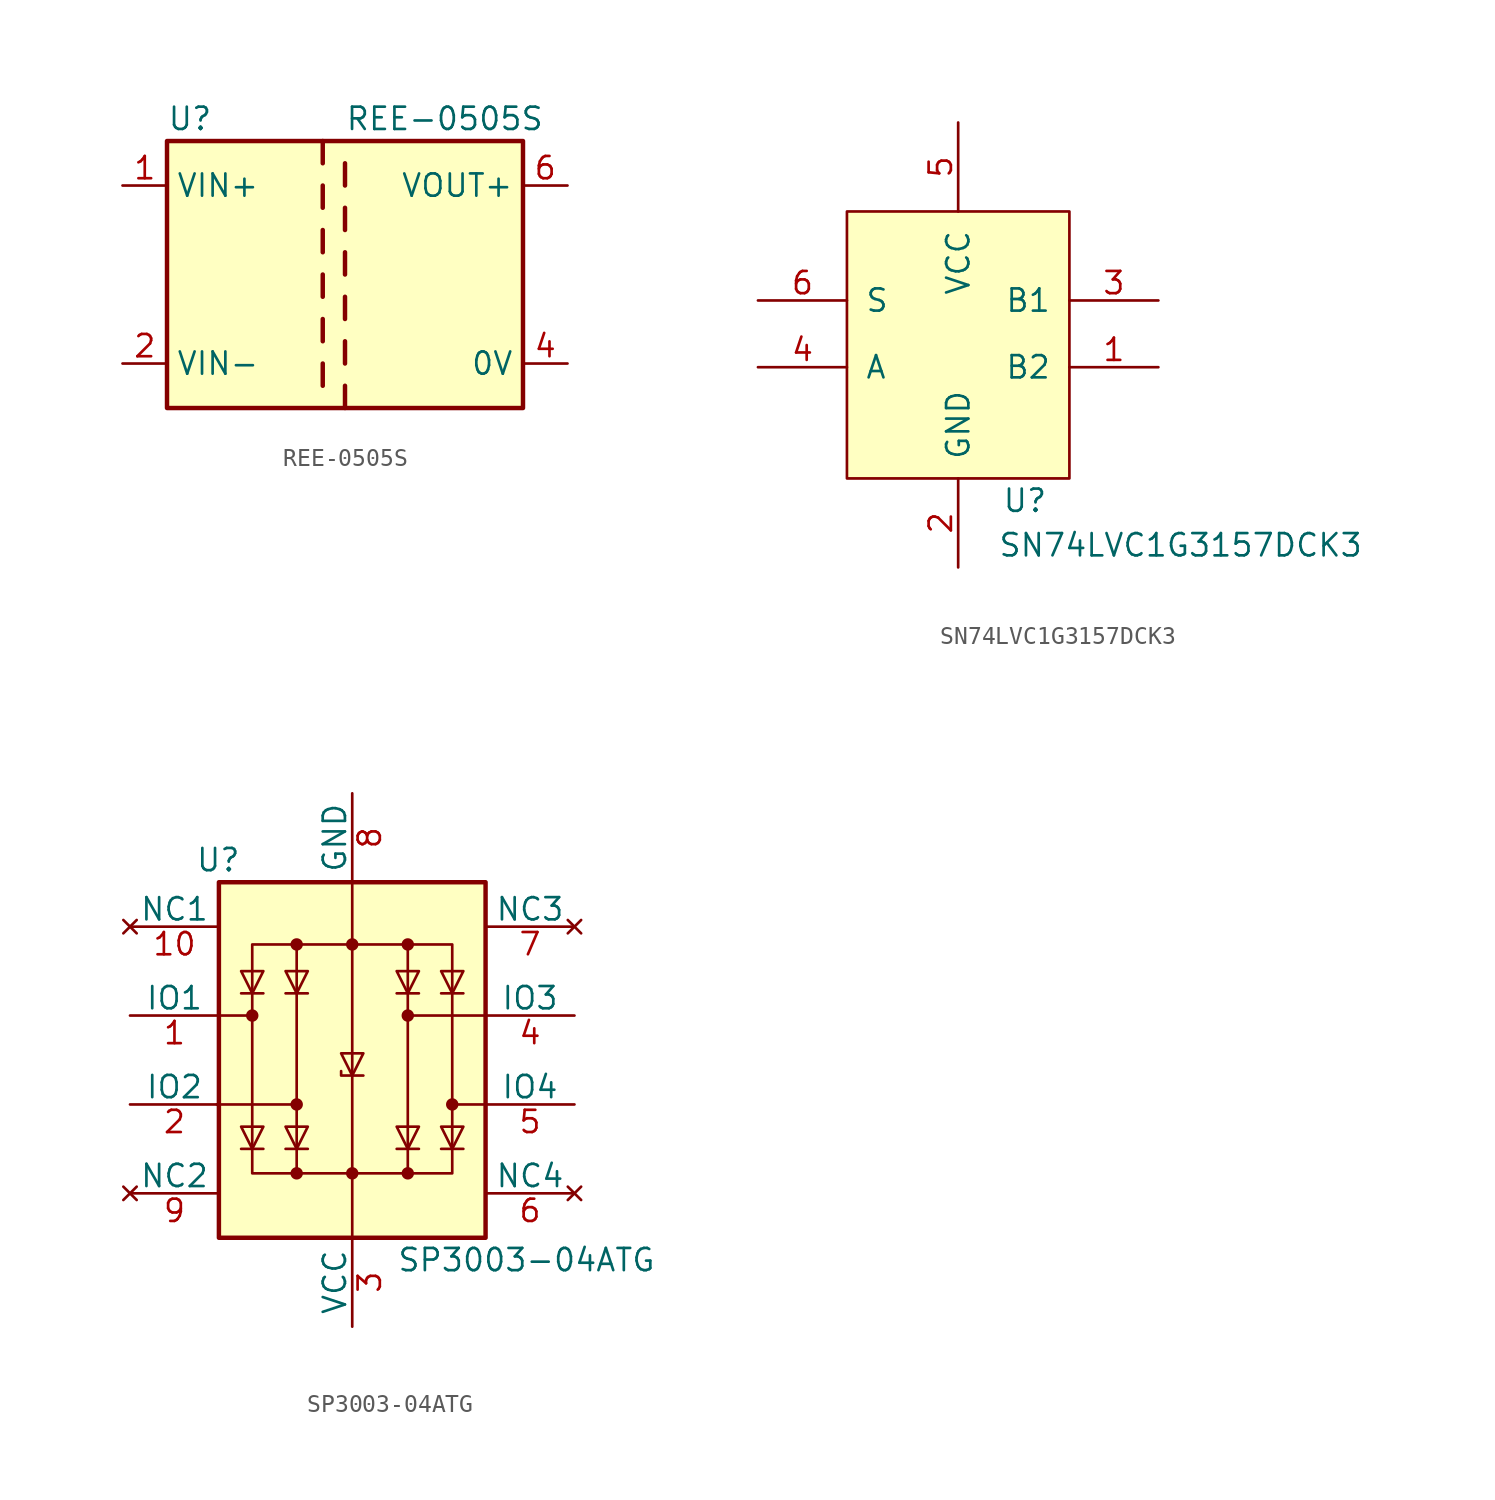
<source format=kicad_sym>
(kicad_symbol_lib
  (version 20211014)
  (generator kicad_symbol_editor)
  (symbol "REE-0505S"
    (property "Reference" "U"
      (at -10.16 8.89 0)
      (effects (font (size 1.27 1.27)) (justify left)))
    (property "Value" "REE-0505S"
      (at 0 8.89 0)
      (effects (font (size 1.27 1.27)) (justify left)))
    (symbol "REE-0505S_0_1"
      (rectangle (start -10.16 7.62) (end 10.16 -7.62) (stroke (width 0.254) (type default) (color 0 0 0 0)) (fill (type background)))
      (polyline (pts (xy -1.27 -5.08) (xy -1.27 -6.35)) (stroke (width 0.254) (type default) (color 0 0 0 0)) (fill (type none)))
      (polyline (pts (xy -1.27 -2.54) (xy -1.27 -3.81)) (stroke (width 0.254) (type default) (color 0 0 0 0)) (fill (type none)))
      (polyline (pts (xy -1.27 0) (xy -1.27 -1.27)) (stroke (width 0.254) (type default) (color 0 0 0 0)) (fill (type none)))
      (polyline (pts (xy -1.27 2.54) (xy -1.27 1.27)) (stroke (width 0.254) (type default) (color 0 0 0 0)) (fill (type none)))
      (polyline (pts (xy -1.27 5.08) (xy -1.27 3.81)) (stroke (width 0.254) (type default) (color 0 0 0 0)) (fill (type none)))
      (polyline (pts (xy -1.27 7.62) (xy -1.27 6.35)) (stroke (width 0.254) (type default) (color 0 0 0 0)) (fill (type none)))
      (polyline (pts (xy 0 -7.62) (xy 0 -6.35)) (stroke (width 0.254) (type default) (color 0 0 0 0)) (fill (type none)))
      (polyline (pts (xy 0 -5.08) (xy 0 -3.81)) (stroke (width 0.254) (type default) (color 0 0 0 0)) (fill (type none)))
      (polyline (pts (xy 0 -1.27) (xy 0 -2.54)) (stroke (width 0.254) (type default) (color 0 0 0 0)) (fill (type none)))
      (polyline (pts (xy 0 0) (xy 0 1.27)) (stroke (width 0.254) (type default) (color 0 0 0 0)) (fill (type none)))
      (polyline (pts (xy 0 2.54) (xy 0 3.81)) (stroke (width 0.254) (type default) (color 0 0 0 0)) (fill (type none)))
      (polyline (pts (xy 0 5.08) (xy 0 6.35)) (stroke (width 0.254) (type default) (color 0 0 0 0)) (fill (type none))))
    (symbol "REE-0505S_1_1"
      (pin power_in line (at -12.7 5.08 0) (length 2.54) (name "VIN+" (effects (font (size 1.27 1.27)))) (number "1" (effects (font (size 1.27 1.27)))))
      (pin power_in line (at -12.7 -5.08 0) (length 2.54) (name "VIN-" (effects (font (size 1.27 1.27)))) (number "2" (effects (font (size 1.27 1.27)))))
      (pin power_out line (at 12.7 -5.08 180) (length 2.54) (name "0V" (effects (font (size 1.27 1.27)))) (number "4" (effects (font (size 1.27 1.27)))))
      (pin no_connect line (at 12.7 0 180) (length 2.54) hide (name "0V" (effects (font (size 1.27 1.27)))) (number "5" (effects (font (size 1.27 1.27)))))
      (pin power_out line (at 12.7 5.08 180) (length 2.54) (name "VOUT+" (effects (font (size 1.27 1.27)))) (number "6" (effects (font (size 1.27 1.27)))))))
  (symbol "SN74LVC1G3157DCK3"
    (pin_names
      (offset 1.016))
    (property "Reference" "U"
      (at 10.16 -16.51 0)
      (effects (font (size 1.27 1.27))))
    (property "Value" "SN74LVC1G3157DCK3"
      (at 19.05 -19.05 0)
      (effects (font (size 1.27 1.27))))
    (symbol "SN74LVC1G3157DCK3_0_1"
      (rectangle (start 0 0) (end 12.7 -15.24) (stroke (width 0) (type default) (color 0 0 0 0)) (fill (type background))))
    (symbol "SN74LVC1G3157DCK3_1_1"
      (pin passive line (at 17.78 -8.89 180) (length 5.08) (name "B2" (effects (font (size 1.27 1.27)))) (number "1" (effects (font (size 1.27 1.27)))))
      (pin passive line (at 6.35 -20.32 90) (length 5.08) (name "GND" (effects (font (size 1.27 1.27)))) (number "2" (effects (font (size 1.27 1.27)))))
      (pin passive line (at 17.78 -5.08 180) (length 5.08) (name "B1" (effects (font (size 1.27 1.27)))) (number "3" (effects (font (size 1.27 1.27)))))
      (pin passive line (at -5.08 -8.89 0) (length 5.08) (name "A" (effects (font (size 1.27 1.27)))) (number "4" (effects (font (size 1.27 1.27)))))
      (pin passive line (at 6.35 5.08 270) (length 5.08) (name "VCC" (effects (font (size 1.27 1.27)))) (number "5" (effects (font (size 1.27 1.27)))))
      (pin passive line (at -5.08 -5.08 0) (length 5.08) (name "S" (effects (font (size 1.27 1.27)))) (number "6" (effects (font (size 1.27 1.27)))))))
  (symbol "SP3003-04ATG"
    (pin_names
      (offset 0))
    (property "Reference" "U"
      (at -6.35 11.43 0)
      (effects (font (size 1.27 1.27)) (justify right)))
    (property "Value" "SP3003-04ATG"
      (at 2.54 -11.43 0)
      (effects (font (size 1.27 1.27)) (justify left)))
    (symbol "SP3003-04ATG_0_0"
      (rectangle (start -5.715 -6.477) (end 5.715 6.604) (stroke (width 0) (type default) (color 0 0 0 0)) (fill (type none)))
      (polyline (pts (xy -3.175 6.604) (xy -3.175 -6.477)) (stroke (width 0) (type default) (color 0 0 0 0)) (fill (type none)))
      (polyline (pts (xy 3.175 -6.477) (xy 3.175 6.604)) (stroke (width 0) (type default) (color 0 0 0 0)) (fill (type none))))
    (symbol "SP3003-04ATG_0_1"
      (rectangle (start -7.62 -10.16) (end 7.62 10.16) (stroke (width 0.254) (type default) (color 0 0 0 0)) (fill (type background)))
      (circle (center -5.715 2.54) (radius 0.279) (stroke (width 0) (type default) (color 0 0 0 0)) (fill (type outline)))
      (circle (center -3.175 -6.477) (radius 0.279) (stroke (width 0) (type default) (color 0 0 0 0)) (fill (type outline)))
      (circle (center -3.175 -2.54) (radius 0.279) (stroke (width 0) (type default) (color 0 0 0 0)) (fill (type outline)))
      (circle (center -3.175 6.604) (radius 0.279) (stroke (width 0) (type default) (color 0 0 0 0)) (fill (type outline)))
      (circle (center 0 -6.477) (radius 0.279) (stroke (width 0) (type default) (color 0 0 0 0)) (fill (type outline)))
      (polyline (pts (xy -7.747 -2.54) (xy -3.175 -2.54)) (stroke (width 0) (type default) (color 0 0 0 0)) (fill (type none)))
      (polyline (pts (xy -7.62 2.54) (xy -5.715 2.54)) (stroke (width 0) (type default) (color 0 0 0 0)) (fill (type none)))
      (polyline (pts (xy -5.08 -5.08) (xy -6.35 -5.08)) (stroke (width 0) (type default) (color 0 0 0 0)) (fill (type none)))
      (polyline (pts (xy -5.08 3.81) (xy -6.35 3.81)) (stroke (width 0) (type default) (color 0 0 0 0)) (fill (type none)))
      (polyline (pts (xy -2.54 -5.08) (xy -3.81 -5.08)) (stroke (width 0) (type default) (color 0 0 0 0)) (fill (type none)))
      (polyline (pts (xy -2.54 3.81) (xy -3.81 3.81)) (stroke (width 0) (type default) (color 0 0 0 0)) (fill (type none)))
      (polyline (pts (xy 0 -10.16) (xy 0 10.16)) (stroke (width 0) (type default) (color 0 0 0 0)) (fill (type none)))
      (polyline (pts (xy 3.81 -5.08) (xy 2.54 -5.08)) (stroke (width 0) (type default) (color 0 0 0 0)) (fill (type none)))
      (polyline (pts (xy 3.81 3.81) (xy 2.54 3.81)) (stroke (width 0) (type default) (color 0 0 0 0)) (fill (type none)))
      (polyline (pts (xy 6.35 -5.08) (xy 5.08 -5.08)) (stroke (width 0) (type default) (color 0 0 0 0)) (fill (type none)))
      (polyline (pts (xy 6.35 3.81) (xy 5.08 3.81)) (stroke (width 0) (type default) (color 0 0 0 0)) (fill (type none)))
      (polyline (pts (xy 7.62 -2.54) (xy 5.715 -2.54)) (stroke (width 0) (type default) (color 0 0 0 0)) (fill (type none)))
      (polyline (pts (xy 7.62 2.54) (xy 3.175 2.54)) (stroke (width 0) (type default) (color 0 0 0 0)) (fill (type none)))
      (polyline (pts (xy 0.635 -0.889) (xy -0.635 -0.889) (xy -0.635 -0.635)) (stroke (width 0) (type default) (color 0 0 0 0)) (fill (type none)))
      (polyline (pts (xy -5.08 -3.81) (xy -6.35 -3.81) (xy -5.715 -5.08) (xy -5.08 -3.81)) (stroke (width 0) (type default) (color 0 0 0 0)) (fill (type none)))
      (polyline (pts (xy -5.08 5.08) (xy -6.35 5.08) (xy -5.715 3.81) (xy -5.08 5.08)) (stroke (width 0) (type default) (color 0 0 0 0)) (fill (type none)))
      (polyline (pts (xy -2.54 -3.81) (xy -3.81 -3.81) (xy -3.175 -5.08) (xy -2.54 -3.81)) (stroke (width 0) (type default) (color 0 0 0 0)) (fill (type none)))
      (polyline (pts (xy -2.54 5.08) (xy -3.81 5.08) (xy -3.175 3.81) (xy -2.54 5.08)) (stroke (width 0) (type default) (color 0 0 0 0)) (fill (type none)))
      (polyline (pts (xy 0.635 0.381) (xy -0.635 0.381) (xy 0 -0.889) (xy 0.635 0.381)) (stroke (width 0) (type default) (color 0 0 0 0)) (fill (type none)))
      (polyline (pts (xy 3.81 -3.81) (xy 2.54 -3.81) (xy 3.175 -5.08) (xy 3.81 -3.81)) (stroke (width 0) (type default) (color 0 0 0 0)) (fill (type none)))
      (polyline (pts (xy 3.81 5.08) (xy 2.54 5.08) (xy 3.175 3.81) (xy 3.81 5.08)) (stroke (width 0) (type default) (color 0 0 0 0)) (fill (type none)))
      (polyline (pts (xy 6.35 -3.81) (xy 5.08 -3.81) (xy 5.715 -5.08) (xy 6.35 -3.81)) (stroke (width 0) (type default) (color 0 0 0 0)) (fill (type none)))
      (polyline (pts (xy 6.35 5.08) (xy 5.08 5.08) (xy 5.715 3.81) (xy 6.35 5.08)) (stroke (width 0) (type default) (color 0 0 0 0)) (fill (type none)))
      (circle (center 0 6.604) (radius 0.279) (stroke (width 0) (type default) (color 0 0 0 0)) (fill (type outline)))
      (circle (center 3.175 -6.477) (radius 0.279) (stroke (width 0) (type default) (color 0 0 0 0)) (fill (type outline)))
      (circle (center 3.175 2.54) (radius 0.279) (stroke (width 0) (type default) (color 0 0 0 0)) (fill (type outline)))
      (circle (center 3.175 6.604) (radius 0.279) (stroke (width 0) (type default) (color 0 0 0 0)) (fill (type outline)))
      (circle (center 5.715 -2.54) (radius 0.279) (stroke (width 0) (type default) (color 0 0 0 0)) (fill (type outline))))
    (symbol "SP3003-04ATG_1_1"
      (pin passive line (at -12.7 2.54 0) (length 5.08) (name "IO1" (effects (font (size 1.27 1.27)))) (number "1" (effects (font (size 1.27 1.27)))))
      (pin no_connect line (at -12.7 7.62 0) (length 5.08) (name "NC1" (effects (font (size 1.27 1.27)))) (number "10" (effects (font (size 1.27 1.27)))))
      (pin passive line (at -12.7 -2.54 0) (length 5.08) (name "IO2" (effects (font (size 1.27 1.27)))) (number "2" (effects (font (size 1.27 1.27)))))
      (pin passive line (at 0 -15.24 90) (length 5.08) (name "VCC" (effects (font (size 1.27 1.27)))) (number "3" (effects (font (size 1.27 1.27)))))
      (pin passive line (at 12.7 2.54 180) (length 5.08) (name "IO3" (effects (font (size 1.27 1.27)))) (number "4" (effects (font (size 1.27 1.27)))))
      (pin passive line (at 12.7 -2.54 180) (length 5.08) (name "IO4" (effects (font (size 1.27 1.27)))) (number "5" (effects (font (size 1.27 1.27)))))
      (pin no_connect line (at 12.7 -7.62 180) (length 5.08) (name "NC4" (effects (font (size 1.27 1.27)))) (number "6" (effects (font (size 1.27 1.27)))))
      (pin no_connect line (at 12.7 7.62 180) (length 5.08) (name "NC3" (effects (font (size 1.27 1.27)))) (number "7" (effects (font (size 1.27 1.27)))))
      (pin passive line (at 0 15.24 270) (length 5.08) (name "GND" (effects (font (size 1.27 1.27)))) (number "8" (effects (font (size 1.27 1.27)))))
      (pin no_connect line (at -12.7 -7.62 0) (length 5.08) (name "NC2" (effects (font (size 1.27 1.27)))) (number "9" (effects (font (size 1.27 1.27))))))))
</source>
